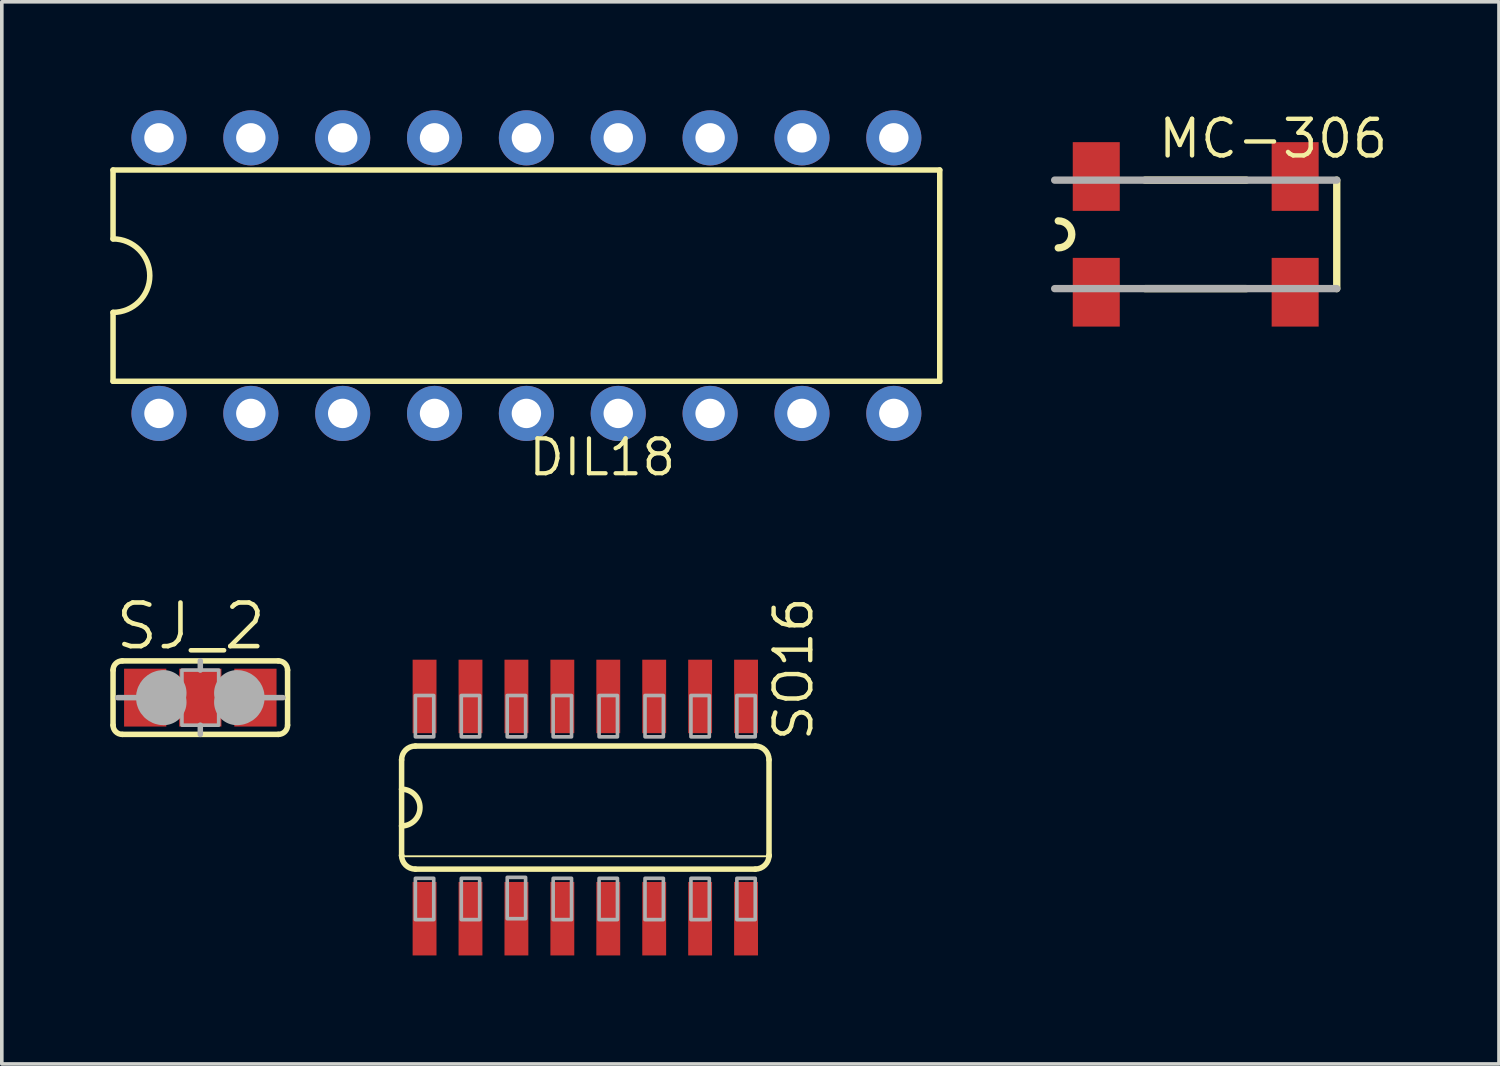
<source format=kicad_pcb>
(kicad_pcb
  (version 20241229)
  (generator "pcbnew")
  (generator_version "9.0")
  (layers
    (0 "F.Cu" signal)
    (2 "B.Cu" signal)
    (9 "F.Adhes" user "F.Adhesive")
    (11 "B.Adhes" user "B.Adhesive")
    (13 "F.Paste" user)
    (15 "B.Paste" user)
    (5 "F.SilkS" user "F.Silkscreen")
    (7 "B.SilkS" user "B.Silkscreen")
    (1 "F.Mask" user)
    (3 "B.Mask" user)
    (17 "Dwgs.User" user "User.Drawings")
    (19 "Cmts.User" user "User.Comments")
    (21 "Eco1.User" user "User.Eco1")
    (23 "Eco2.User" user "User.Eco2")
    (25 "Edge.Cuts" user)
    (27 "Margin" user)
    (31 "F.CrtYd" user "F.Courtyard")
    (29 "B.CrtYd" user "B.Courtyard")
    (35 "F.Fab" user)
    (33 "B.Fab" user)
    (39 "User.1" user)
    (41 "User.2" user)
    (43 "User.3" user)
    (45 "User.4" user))
  (footprint "SO16"
    (layer "F.Cu")
    (at 13.135 19.281)
    (property "Reference" "SO16" (at 6.35 -1.778 90) (layer "F.SilkS") (effects (font (size 1.013 1.013) (thickness 0.122)) (justify left bottom)))
    (attr through_hole)
    (fp_line (start -5.08 -1.321) (end -5.08 -0.508) (stroke (width 0.152) (type solid)) (layer "F.SilkS"))
    (fp_line (start -5.08 -0.508) (end -5.08 0.508) (stroke (width 0.152) (type solid)) (layer "F.SilkS"))
    (fp_line (start -5.08 0.508) (end -5.08 1.321) (stroke (width 0.152) (type solid)) (layer "F.SilkS"))
    (fp_line (start -5.08 1.346) (end -5.08 1.321) (stroke (width 0.152) (type solid)) (layer "F.SilkS"))
    (fp_line (start -5.08 1.346) (end 5.08 1.346) (stroke (width 0.051) (type solid)) (layer "F.SilkS"))
    (fp_line (start -4.699 1.702) (end 4.699 1.702) (stroke (width 0.152) (type solid)) (layer "F.SilkS"))
    (fp_line (start 4.699 -1.702) (end -4.699 -1.702) (stroke (width 0.152) (type solid)) (layer "F.SilkS"))
    (fp_line (start 5.08 1.321) (end 5.08 -1.321) (stroke (width 0.152) (type solid)) (layer "F.SilkS"))
    (fp_line (start 5.08 1.346) (end 5.08 1.321) (stroke (width 0.152) (type solid)) (layer "F.SilkS"))
    (fp_arc (start -5.08 -1.3208) (mid -4.968408 -1.590208) (end -4.699 -1.7018) (stroke (width 0.1524) (type solid)) (layer "F.SilkS"))
    (fp_arc (start -5.08 -0.508) (mid -4.572 0) (end -5.08 0.508) (stroke (width 0.1524) (type solid)) (layer "F.SilkS"))
    (fp_arc (start -4.699 1.7018) (mid -4.968408 1.590208) (end -5.08 1.3208) (stroke (width 0.1524) (type solid)) (layer "F.SilkS"))
    (fp_arc (start 4.699 -1.7018) (mid 4.968408 -1.590208) (end 5.08 -1.3208) (stroke (width 0.1524) (type solid)) (layer "F.SilkS"))
    (fp_arc (start 5.08 1.3208) (mid 4.968408 1.590208) (end 4.699 1.7018) (stroke (width 0.1524) (type solid)) (layer "F.SilkS"))
    (fp_poly (pts (xy -4.699 -1.956) (xy -4.191 -1.956) (xy -4.191 -3.099) (xy -4.699 -3.099)) (stroke (width 0.1) (type solid)) (fill no) (layer "F.Fab"))
    (fp_poly (pts (xy -4.699 3.099) (xy -4.191 3.099) (xy -4.191 1.956) (xy -4.699 1.956)) (stroke (width 0.1) (type solid)) (fill no) (layer "F.Fab"))
    (fp_poly (pts (xy -3.429 -1.956) (xy -2.921 -1.956) (xy -2.921 -3.099) (xy -3.429 -3.099)) (stroke (width 0.1) (type solid)) (fill no) (layer "F.Fab"))
    (fp_poly (pts (xy -3.429 3.099) (xy -2.921 3.099) (xy -2.921 1.956) (xy -3.429 1.956)) (stroke (width 0.1) (type solid)) (fill no) (layer "F.Fab"))
    (fp_poly (pts (xy -2.159 -1.956) (xy -1.651 -1.956) (xy -1.651 -3.099) (xy -2.159 -3.099)) (stroke (width 0.1) (type solid)) (fill no) (layer "F.Fab"))
    (fp_poly (pts (xy -2.159 3.073) (xy -1.651 3.073) (xy -1.651 1.93) (xy -2.159 1.93)) (stroke (width 0.1) (type solid)) (fill no) (layer "F.Fab"))
    (fp_poly (pts (xy -0.889 -1.956) (xy -0.381 -1.956) (xy -0.381 -3.099) (xy -0.889 -3.099)) (stroke (width 0.1) (type solid)) (fill no) (layer "F.Fab"))
    (fp_poly (pts (xy -0.889 3.099) (xy -0.381 3.099) (xy -0.381 1.956) (xy -0.889 1.956)) (stroke (width 0.1) (type solid)) (fill no) (layer "F.Fab"))
    (fp_poly (pts (xy 0.381 -1.956) (xy 0.889 -1.956) (xy 0.889 -3.099) (xy 0.381 -3.099)) (stroke (width 0.1) (type solid)) (fill no) (layer "F.Fab"))
    (fp_poly (pts (xy 0.381 3.099) (xy 0.889 3.099) (xy 0.889 1.956) (xy 0.381 1.956)) (stroke (width 0.1) (type solid)) (fill no) (layer "F.Fab"))
    (fp_poly (pts (xy 1.651 -1.956) (xy 2.159 -1.956) (xy 2.159 -3.099) (xy 1.651 -3.099)) (stroke (width 0.1) (type solid)) (fill no) (layer "F.Fab"))
    (fp_poly (pts (xy 1.651 3.099) (xy 2.159 3.099) (xy 2.159 1.956) (xy 1.651 1.956)) (stroke (width 0.1) (type solid)) (fill no) (layer "F.Fab"))
    (fp_poly (pts (xy 2.921 -1.956) (xy 3.429 -1.956) (xy 3.429 -3.099) (xy 2.921 -3.099)) (stroke (width 0.1) (type solid)) (fill no) (layer "F.Fab"))
    (fp_poly (pts (xy 2.921 3.099) (xy 3.429 3.099) (xy 3.429 1.956) (xy 2.921 1.956)) (stroke (width 0.1) (type solid)) (fill no) (layer "F.Fab"))
    (fp_poly (pts (xy 4.191 -1.956) (xy 4.699 -1.956) (xy 4.699 -3.099) (xy 4.191 -3.099)) (stroke (width 0.1) (type solid)) (fill no) (layer "F.Fab"))
    (fp_poly (pts (xy 4.191 3.099) (xy 4.699 3.099) (xy 4.699 1.956) (xy 4.191 1.956)) (stroke (width 0.1) (type solid)) (fill no) (layer "F.Fab"))
    (pad "1" smd rect (at -4.445 3.073) (size 0.66 2.032) (layers "F.Cu" "F.Mask" "F.Paste"))
    (pad "2" smd rect (at -3.175 3.073) (size 0.66 2.032) (layers "F.Cu" "F.Mask" "F.Paste"))
    (pad "3" smd rect (at -1.905 3.073) (size 0.66 2.032) (layers "F.Cu" "F.Mask" "F.Paste"))
    (pad "4" smd rect (at -0.635 3.073) (size 0.66 2.032) (layers "F.Cu" "F.Mask" "F.Paste"))
    (pad "5" smd rect (at 0.635 3.073) (size 0.66 2.032) (layers "F.Cu" "F.Mask" "F.Paste"))
    (pad "6" smd rect (at 1.905 3.073) (size 0.66 2.032) (layers "F.Cu" "F.Mask" "F.Paste"))
    (pad "7" smd rect (at 3.175 3.073) (size 0.66 2.032) (layers "F.Cu" "F.Mask" "F.Paste"))
    (pad "8" smd rect (at 4.445 3.073) (size 0.66 2.032) (layers "F.Cu" "F.Mask" "F.Paste"))
    (pad "9" smd rect (at 4.445 -3.073) (size 0.66 2.032) (layers "F.Cu" "F.Mask" "F.Paste"))
    (pad "10" smd rect (at 3.175 -3.073) (size 0.66 2.032) (layers "F.Cu" "F.Mask" "F.Paste"))
    (pad "11" smd rect (at 1.905 -3.073) (size 0.66 2.032) (layers "F.Cu" "F.Mask" "F.Paste"))
    (pad "12" smd rect (at 0.635 -3.073) (size 0.66 2.032) (layers "F.Cu" "F.Mask" "F.Paste"))
    (pad "13" smd rect (at -0.635 -3.073) (size 0.66 2.032) (layers "F.Cu" "F.Mask" "F.Paste"))
    (pad "14" smd rect (at -1.905 -3.073) (size 0.66 2.032) (layers "F.Cu" "F.Mask" "F.Paste"))
    (pad "15" smd rect (at -3.175 -3.073) (size 0.66 2.032) (layers "F.Cu" "F.Mask" "F.Paste"))
    (pad "16" smd rect (at -4.445 -3.073) (size 0.66 2.032) (layers "F.Cu" "F.Mask" "F.Paste")))
  (footprint "DIL18"
    (layer "F.Cu")
    (at 11.506 4.572)
    (property "Reference" "DIL18" (at 0 5.588 180) (layer "F.SilkS") (effects (font (size 0.965 0.965) (thickness 0.116)) (justify left bottom)))
    (attr through_hole)
    (fp_line (start -11.43 -2.921) (end -11.43 -1.016) (stroke (width 0.152) (type solid)) (layer "F.SilkS"))
    (fp_line (start -11.43 2.921) (end -11.43 1.016) (stroke (width 0.152) (type solid)) (layer "F.SilkS"))
    (fp_line (start -11.43 2.921) (end 11.43 2.921) (stroke (width 0.152) (type solid)) (layer "F.SilkS"))
    (fp_line (start 11.43 -2.921) (end -11.43 -2.921) (stroke (width 0.152) (type solid)) (layer "F.SilkS"))
    (fp_line (start 11.43 -2.921) (end 11.43 2.921) (stroke (width 0.152) (type solid)) (layer "F.SilkS"))
    (fp_arc (start -11.43 -1.016) (mid -10.414 0) (end -11.43 1.016) (stroke (width 0.1524) (type solid)) (layer "F.SilkS"))
    (pad "1" thru_hole circle (at -10.16 3.81 90) (size 1.524 1.524) (drill 0.813) (layers "*.Cu" "*.Mask"))
    (pad "2" thru_hole circle (at -7.62 3.81 90) (size 1.524 1.524) (drill 0.813) (layers "*.Cu" "*.Mask"))
    (pad "3" thru_hole circle (at -5.08 3.81 90) (size 1.524 1.524) (drill 0.813) (layers "*.Cu" "*.Mask"))
    (pad "4" thru_hole circle (at -2.54 3.81 90) (size 1.524 1.524) (drill 0.813) (layers "*.Cu" "*.Mask"))
    (pad "5" thru_hole circle (at 0 3.81 90) (size 1.524 1.524) (drill 0.813) (layers "*.Cu" "*.Mask"))
    (pad "6" thru_hole circle (at 2.54 3.81 90) (size 1.524 1.524) (drill 0.813) (layers "*.Cu" "*.Mask"))
    (pad "7" thru_hole circle (at 5.08 3.81 90) (size 1.524 1.524) (drill 0.813) (layers "*.Cu" "*.Mask"))
    (pad "8" thru_hole circle (at 7.62 3.81 90) (size 1.524 1.524) (drill 0.813) (layers "*.Cu" "*.Mask"))
    (pad "9" thru_hole circle (at 10.16 3.81 90) (size 1.524 1.524) (drill 0.813) (layers "*.Cu" "*.Mask"))
    (pad "10" thru_hole circle (at 10.16 -3.81 90) (size 1.524 1.524) (drill 0.813) (layers "*.Cu" "*.Mask"))
    (pad "11" thru_hole circle (at 7.62 -3.81 90) (size 1.524 1.524) (drill 0.813) (layers "*.Cu" "*.Mask"))
    (pad "12" thru_hole circle (at 5.08 -3.81 90) (size 1.524 1.524) (drill 0.813) (layers "*.Cu" "*.Mask"))
    (pad "13" thru_hole circle (at 2.54 -3.81 90) (size 1.524 1.524) (drill 0.813) (layers "*.Cu" "*.Mask"))
    (pad "14" thru_hole circle (at 0 -3.81 90) (size 1.524 1.524) (drill 0.813) (layers "*.Cu" "*.Mask"))
    (pad "15" thru_hole circle (at -2.54 -3.81 90) (size 1.524 1.524) (drill 0.813) (layers "*.Cu" "*.Mask"))
    (pad "16" thru_hole circle (at -5.08 -3.81 90) (size 1.524 1.524) (drill 0.813) (layers "*.Cu" "*.Mask"))
    (pad "17" thru_hole circle (at -7.62 -3.81 90) (size 1.524 1.524) (drill 0.813) (layers "*.Cu" "*.Mask"))
    (pad "18" thru_hole circle (at -10.16 -3.81 90) (size 1.524 1.524) (drill 0.813) (layers "*.Cu" "*.Mask")))
  (footprint "MC-306"
    (layer "F.Cu")
    (at 30.014 3.431)
    (property "Reference" "MC-306" (at -1.098 -2.053 180) (layer "F.SilkS") (effects (font (size 1.013 1.013) (thickness 0.122)) (justify left bottom)))
    (attr through_hole)
    (fp_line (start -1.4 -1.5) (end 1.4 -1.5) (stroke (width 0.203) (type solid)) (layer "F.SilkS"))
    (fp_line (start 1.4 1.5) (end -1.4 1.5) (stroke (width 0.203) (type solid)) (layer "F.SilkS"))
    (fp_line (start 3.9 -1.5) (end 3.9 1.5) (stroke (width 0.203) (type solid)) (layer "F.SilkS"))
    (fp_arc (start -3.8 -0.373) (mid -3.427 0) (end -3.8 0.373) (stroke (width 0.2032) (type solid)) (layer "F.SilkS"))
    (fp_line (start -3.9 -1.5) (end 3.9 -1.5) (stroke (width 0.203) (type solid)) (layer "F.Fab"))
    (fp_line (start 3.9 1.5) (end -3.9 1.5) (stroke (width 0.203) (type solid)) (layer "F.Fab"))
    (pad "1" smd rect (at -2.75 1.6) (size 1.3 1.9) (layers "F.Cu" "F.Mask" "F.Paste"))
    (pad "2" smd rect (at 2.75 1.6) (size 1.3 1.9) (layers "F.Cu" "F.Mask" "F.Paste"))
    (pad "3" smd rect (at 2.75 -1.6 180) (size 1.3 1.9) (layers "F.Cu" "F.Mask" "F.Paste"))
    (pad "4" smd rect (at -2.75 -1.6 180) (size 1.3 1.9) (layers "F.Cu" "F.Mask" "F.Paste")))
  (footprint "SJ_2"
    (layer "F.Cu")
    (at 2.489 16.241)
    (property "Reference" "SJ_2" (at -2.413 -1.27 0) (layer "F.SilkS") (effects (font (size 1.206 1.206) (thickness 0.127)) (justify left bottom)))
    (attr through_hole)
    (fp_line (start -2.413 0.762) (end -2.413 -0.762) (stroke (width 0.152) (type solid)) (layer "F.SilkS"))
    (fp_line (start -2.159 -1.016) (end 2.159 -1.016) (stroke (width 0.152) (type solid)) (layer "F.SilkS"))
    (fp_line (start 2.159 1.016) (end -2.159 1.016) (stroke (width 0.152) (type solid)) (layer "F.SilkS"))
    (fp_line (start 2.413 0.762) (end 2.413 -0.762) (stroke (width 0.152) (type solid)) (layer "F.SilkS"))
    (fp_arc (start -2.413 -0.762) (mid -2.338605 -0.941605) (end -2.159 -1.016) (stroke (width 0.1524) (type solid)) (layer "F.SilkS"))
    (fp_arc (start -2.159 1.016) (mid -2.338605 0.941605) (end -2.413 0.762) (stroke (width 0.1524) (type solid)) (layer "F.SilkS"))
    (fp_arc (start 2.159 -1.016) (mid 2.338605 -0.941605) (end 2.413 -0.762) (stroke (width 0.1524) (type solid)) (layer "F.SilkS"))
    (fp_arc (start 2.413 0.762) (mid 2.338605 0.941605) (end 2.159 1.016) (stroke (width 0.1524) (type solid)) (layer "F.SilkS"))
    (fp_line (start -1.778 0) (end -2.286 0) (stroke (width 0.152) (type solid)) (layer "F.Fab"))
    (fp_line (start 0 -0.762) (end 0 -1.016) (stroke (width 0.152) (type solid)) (layer "F.Fab"))
    (fp_line (start 0 1.016) (end 0 0.762) (stroke (width 0.152) (type solid)) (layer "F.Fab"))
    (fp_line (start 1.778 0) (end 2.286 0) (stroke (width 0.152) (type solid)) (layer "F.Fab"))
    (fp_arc (start -1.016 0.127) (mid -1.143 0) (end -1.016 -0.127) (stroke (width 1.27) (type solid)) (layer "F.Fab"))
    (fp_arc (start 1.016 -0.127) (mid 1.143 0) (end 1.016 0.127) (stroke (width 1.27) (type solid)) (layer "F.Fab"))
    (fp_poly (pts (xy -0.508 0.762) (xy 0.508 0.762) (xy 0.508 -0.762) (xy -0.508 -0.762)) (stroke (width 0.1) (type solid)) (fill no) (layer "F.Fab"))
    (pad "1" smd rect (at -1.524 0) (size 1.168 1.6) (layers "F.Cu" "F.Mask" "F.Paste"))
    (pad "2" smd rect (at 0 0) (size 1.168 1.6) (layers "F.Cu" "F.Mask" "F.Paste"))
    (pad "3" smd rect (at 1.524 0) (size 1.168 1.6) (layers "F.Cu" "F.Mask" "F.Paste")))
  (gr_rect
    (start -3 -3)
    (end 38.4 26.37)
    (stroke (width 0.1) (type default))
    (fill no)
    (layer "Edge.Cuts")))
</source>
